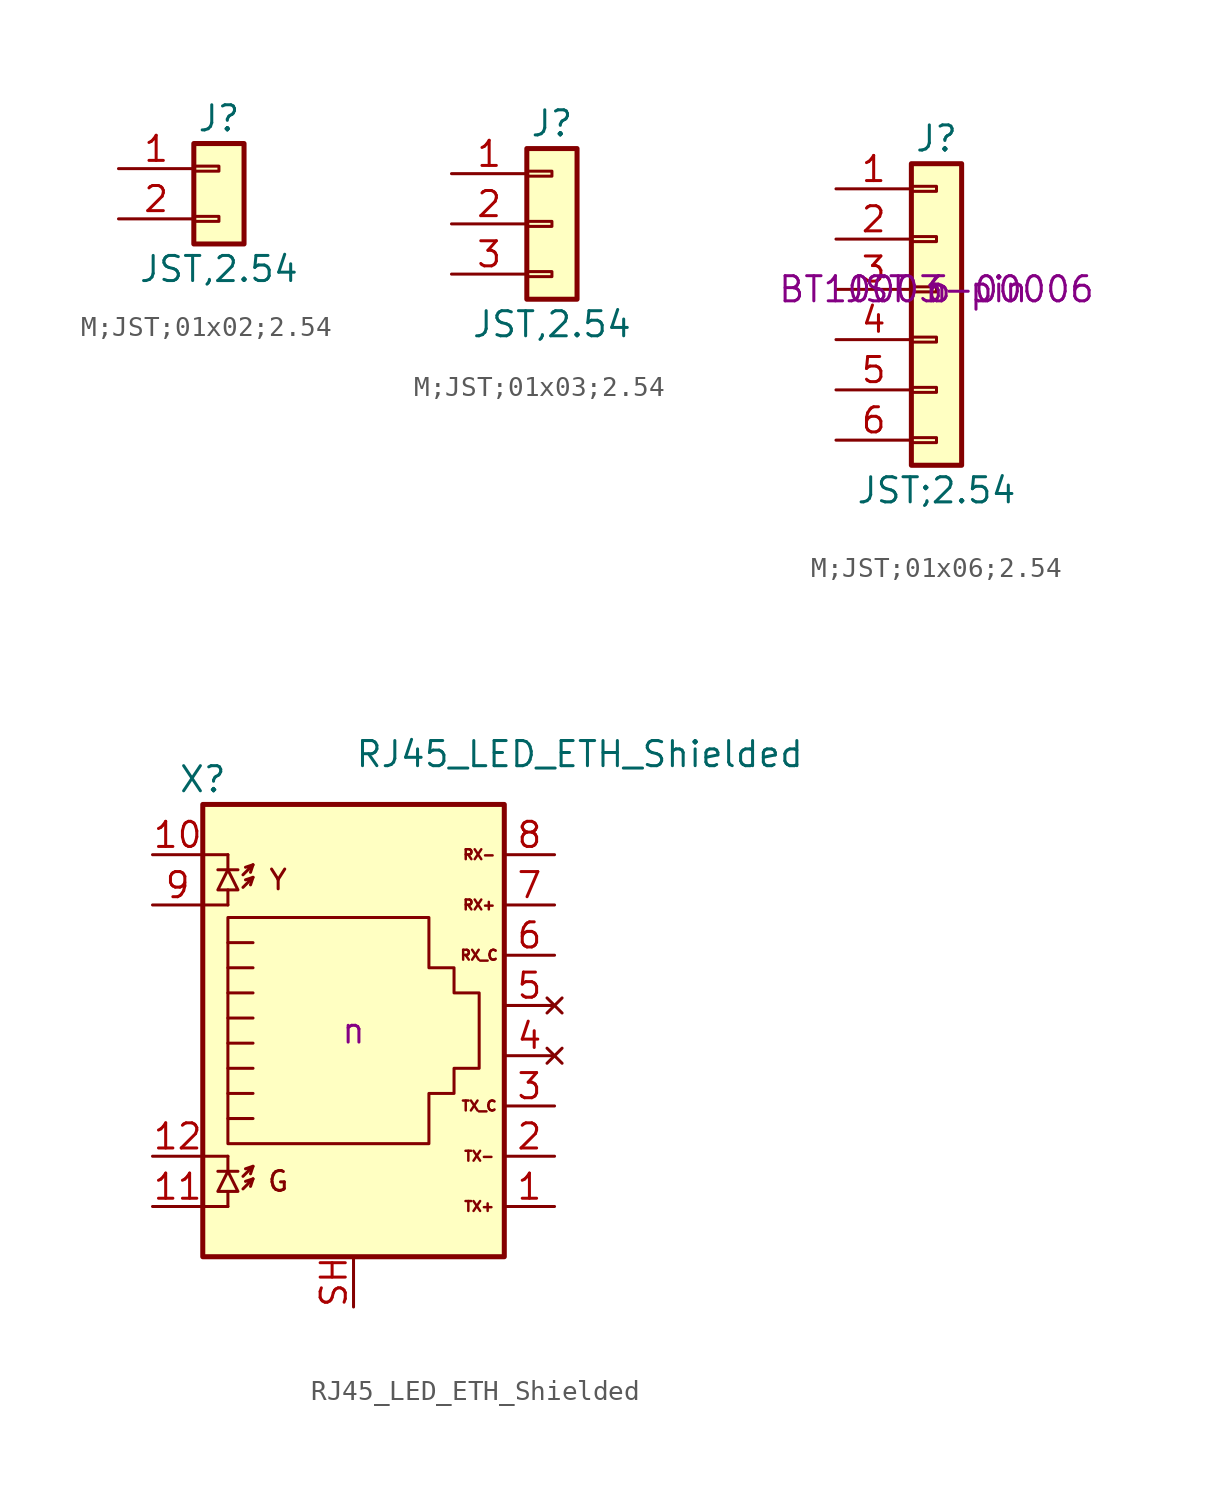
<source format=kicad_sym>
(kicad_symbol_lib
  (version 20231120)
  (generator "kicad_symbol_editor")
  (generator_version "8.0")
  (symbol "M;JST;01x02;2.54"
    (pin_names
      (offset 1.016) hide)
    (property "Reference" "J"
      (at 0 2.54 0)
      (effects (font (size 1.27 1.27))))
    (property "Value" "JST,2.54"
      (at 0 -5.08 0)
      (effects (font (size 1.27 1.27))))
    (symbol "M;JST;01x02;2.54_1_1"
      (rectangle (start -1.27 -2.413) (end 0 -2.667) (stroke (width 0.152) (type default)) (fill (type none)))
      (rectangle (start -1.27 0.127) (end 0 -0.127) (stroke (width 0.152) (type default)) (fill (type none)))
      (rectangle (start -1.27 1.27) (end 1.27 -3.81) (stroke (width 0.254) (type default)) (fill (type background)))
      (pin passive line (at -5.08 0 0) (length 3.81) (name "Pin_1" (effects (font (size 1.27 1.27)))) (number "1" (effects (font (size 1.27 1.27)))))
      (pin passive line (at -5.08 -2.54 0) (length 3.81) (name "Pin_2" (effects (font (size 1.27 1.27)))) (number "2" (effects (font (size 1.27 1.27)))))))
  (symbol "M;JST;01x03;2.54"
    (pin_names
      (offset 1.016) hide)
    (property "Reference" "J"
      (at 0 5.08 0)
      (effects (font (size 1.27 1.27))))
    (property "Value" "JST,2.54"
      (at 0 -5.08 0)
      (effects (font (size 1.27 1.27))))
    (symbol "M;JST;01x03;2.54_1_1"
      (rectangle (start -1.27 -2.413) (end 0 -2.667) (stroke (width 0.152) (type default)) (fill (type none)))
      (rectangle (start -1.27 0.127) (end 0 -0.127) (stroke (width 0.152) (type default)) (fill (type none)))
      (rectangle (start -1.27 2.667) (end 0 2.413) (stroke (width 0.152) (type default)) (fill (type none)))
      (rectangle (start -1.27 3.81) (end 1.27 -3.81) (stroke (width 0.254) (type default)) (fill (type background)))
      (pin passive line (at -5.08 2.54 0) (length 3.81) (name "Pin_1" (effects (font (size 1.27 1.27)))) (number "1" (effects (font (size 1.27 1.27)))))
      (pin passive line (at -5.08 0 0) (length 3.81) (name "Pin_2" (effects (font (size 1.27 1.27)))) (number "2" (effects (font (size 1.27 1.27)))))
      (pin passive line (at -5.08 -2.54 0) (length 3.81) (name "Pin_3" (effects (font (size 1.27 1.27)))) (number "3" (effects (font (size 1.27 1.27)))))))
  (symbol "M;JST;01x06;2.54"
    (pin_names
      (offset 1.016) hide)
    (property "Reference" "J"
      (at 0 7.62 0)
      (effects (font (size 1.27 1.27))))
    (property "Value" "JST;2.54"
      (at 0 -10.16 0)
      (effects (font (size 1.27 1.27))))
    (property "CPN" "BT10003-00006"
      (at 0 0 0)
      (effects (font (size 1.27 1.27))))
    (property "MPN" "JST 6 pin"
      (at 0 0 0)
      (effects (font (size 1.27 1.27))))
    (property "SMT" "n"
      (at 0 0 0)
      (effects (font (size 1.27 1.27))))
    (symbol "M;JST;01x06;2.54_1_1"
      (rectangle (start -1.27 -7.493) (end 0 -7.747) (stroke (width 0.152) (type default)) (fill (type none)))
      (rectangle (start -1.27 -4.953) (end 0 -5.207) (stroke (width 0.152) (type default)) (fill (type none)))
      (rectangle (start -1.27 -2.413) (end 0 -2.667) (stroke (width 0.152) (type default)) (fill (type none)))
      (rectangle (start -1.27 0.127) (end 0 -0.127) (stroke (width 0.152) (type default)) (fill (type none)))
      (rectangle (start -1.27 2.667) (end 0 2.413) (stroke (width 0.152) (type default)) (fill (type none)))
      (rectangle (start -1.27 5.207) (end 0 4.953) (stroke (width 0.152) (type default)) (fill (type none)))
      (rectangle (start -1.27 6.35) (end 1.27 -8.89) (stroke (width 0.254) (type default)) (fill (type background)))
      (pin passive line (at -5.08 5.08 0) (length 3.81) (name "Pin_1" (effects (font (size 1.27 1.27)))) (number "1" (effects (font (size 1.27 1.27)))))
      (pin passive line (at -5.08 2.54 0) (length 3.81) (name "Pin_2" (effects (font (size 1.27 1.27)))) (number "2" (effects (font (size 1.27 1.27)))))
      (pin passive line (at -5.08 0 0) (length 3.81) (name "Pin_3" (effects (font (size 1.27 1.27)))) (number "3" (effects (font (size 1.27 1.27)))))
      (pin passive line (at -5.08 -2.54 0) (length 3.81) (name "Pin_4" (effects (font (size 1.27 1.27)))) (number "4" (effects (font (size 1.27 1.27)))))
      (pin passive line (at -5.08 -5.08 0) (length 3.81) (name "Pin_5" (effects (font (size 1.27 1.27)))) (number "5" (effects (font (size 1.27 1.27)))))
      (pin passive line (at -5.08 -7.62 0) (length 3.81) (name "Pin_6" (effects (font (size 1.27 1.27)))) (number "6" (effects (font (size 1.27 1.27)))))))
  (symbol "RJ45_LED_ETH_Shielded"
    (property "Reference" "X"
      (at -7.62 12.7 0)
      (effects (font (size 1.27 1.27))))
    (property "Value" "RJ45_LED_ETH_Shielded"
      (at 11.43 13.97 0)
      (effects (font (size 1.27 1.27))))
    (property "SMT" "n"
      (at 0 0 0)
      (effects (font (size 1.27 1.27))))
    (symbol "RJ45_LED_ETH_Shielded_0_0"
      (text "G" (at -3.81 -7.62 0) (effects (font (size 1 1))))
      (text "RX+" (at 6.35 6.35 0) (effects (font (size 0.5 0.5))))
      (text "RX-" (at 6.35 8.89 0) (effects (font (size 0.5 0.5))))
      (text "RX_C" (at 6.35 3.81 0) (effects (font (size 0.5 0.5))))
      (text "TX+" (at 6.35 -8.89 0) (effects (font (size 0.5 0.5))))
      (text "TX-" (at 6.35 -6.35 0) (effects (font (size 0.5 0.5))))
      (text "TX_C" (at 6.35 -3.81 0) (effects (font (size 0.5 0.5))))
      (text "Y" (at -3.81 7.62 0) (effects (font (size 1 1)))))
    (symbol "RJ45_LED_ETH_Shielded_0_1"
      (polyline (pts (xy -7.62 -8.89) (xy -6.35 -8.89)) (stroke (width 0) (type default)) (fill (type none)))
      (polyline (pts (xy -7.62 -6.35) (xy -6.35 -6.35)) (stroke (width 0) (type default)) (fill (type none)))
      (polyline (pts (xy -7.62 6.35) (xy -6.35 6.35)) (stroke (width 0) (type default)) (fill (type none)))
      (polyline (pts (xy -7.62 8.89) (xy -6.35 8.89)) (stroke (width 0) (type default)) (fill (type none)))
      (polyline (pts (xy -6.858 -7.112) (xy -5.842 -7.112)) (stroke (width 0) (type default)) (fill (type none)))
      (polyline (pts (xy -6.858 8.128) (xy -5.842 8.128)) (stroke (width 0) (type default)) (fill (type none)))
      (polyline (pts (xy -6.35 -8.89) (xy -6.35 -8.128)) (stroke (width 0) (type default)) (fill (type none)))
      (polyline (pts (xy -6.35 -6.35) (xy -6.35 -7.112)) (stroke (width 0) (type default)) (fill (type none)))
      (polyline (pts (xy -6.35 6.35) (xy -6.35 7.112)) (stroke (width 0) (type default)) (fill (type none)))
      (polyline (pts (xy -6.35 8.89) (xy -6.35 8.128)) (stroke (width 0) (type default)) (fill (type none)))
      (polyline (pts (xy -5.08 -7.493) (xy -5.207 -7.874)) (stroke (width 0) (type default)) (fill (type none)))
      (polyline (pts (xy -5.08 -6.858) (xy -5.207 -7.239)) (stroke (width 0) (type default)) (fill (type none)))
      (polyline (pts (xy -5.08 3.175) (xy -6.35 3.175)) (stroke (width 0) (type default)) (fill (type none)))
      (polyline (pts (xy -5.08 4.445) (xy -6.35 4.445)) (stroke (width 0) (type default)) (fill (type none)))
      (polyline (pts (xy -5.08 7.747) (xy -5.207 7.366)) (stroke (width 0) (type default)) (fill (type none)))
      (polyline (pts (xy -5.08 8.382) (xy -5.207 8.001)) (stroke (width 0) (type default)) (fill (type none)))
      (polyline (pts (xy -6.35 -4.445) (xy -5.08 -4.445) (xy -5.08 -4.445)) (stroke (width 0) (type default)) (fill (type none)))
      (polyline (pts (xy -6.35 -3.175) (xy -5.08 -3.175) (xy -5.08 -3.175)) (stroke (width 0) (type default)) (fill (type none)))
      (polyline (pts (xy -6.35 -1.905) (xy -5.08 -1.905) (xy -5.08 -1.905)) (stroke (width 0) (type default)) (fill (type none)))
      (polyline (pts (xy -6.35 -0.635) (xy -5.08 -0.635) (xy -5.08 -0.635)) (stroke (width 0) (type default)) (fill (type none)))
      (polyline (pts (xy -6.35 0.635) (xy -5.08 0.635) (xy -5.08 0.635)) (stroke (width 0) (type default)) (fill (type none)))
      (polyline (pts (xy -5.588 -8.001) (xy -5.08 -7.493) (xy -5.461 -7.62)) (stroke (width 0) (type default)) (fill (type none)))
      (polyline (pts (xy -5.588 -7.366) (xy -5.08 -6.858) (xy -5.461 -6.985)) (stroke (width 0) (type default)) (fill (type none)))
      (polyline (pts (xy -5.588 7.239) (xy -5.08 7.747) (xy -5.461 7.62)) (stroke (width 0) (type default)) (fill (type none)))
      (polyline (pts (xy -5.588 7.874) (xy -5.08 8.382) (xy -5.461 8.255)) (stroke (width 0) (type default)) (fill (type none)))
      (polyline (pts (xy -5.08 1.905) (xy -6.35 1.905) (xy -6.35 1.905)) (stroke (width 0) (type default)) (fill (type none)))
      (polyline (pts (xy -6.35 -7.112) (xy -6.858 -8.128) (xy -5.842 -8.128) (xy -6.35 -7.112)) (stroke (width 0) (type default)) (fill (type none)))
      (polyline (pts (xy -6.35 8.128) (xy -6.858 7.112) (xy -5.842 7.112) (xy -6.35 8.128)) (stroke (width 0) (type default)) (fill (type none)))
      (polyline (pts (xy -6.35 -5.715) (xy -6.35 5.715) (xy 3.81 5.715) (xy 3.81 3.175) (xy 5.08 3.175) (xy 5.08 1.905) (xy 6.35 1.905) (xy 6.35 -1.905) (xy 5.08 -1.905) (xy 5.08 -3.175) (xy 3.81 -3.175) (xy 3.81 -5.715) (xy -6.35 -5.715) (xy -6.35 -5.715)) (stroke (width 0) (type default)) (fill (type none)))
      (rectangle (start 7.62 11.43) (end -7.62 -11.43) (stroke (width 0.254) (type default)) (fill (type background))))
    (symbol "RJ45_LED_ETH_Shielded_1_1"
      (pin passive line (at 10.16 -8.89 180) (length 2.54) (name "~" (effects (font (size 1.27 1.27)))) (number "1" (effects (font (size 1.27 1.27)))))
      (pin passive line (at -10.16 8.89 0) (length 2.54) (name "~" (effects (font (size 1.27 1.27)))) (number "10" (effects (font (size 1.27 1.27)))))
      (pin passive line (at -10.16 -8.89 0) (length 2.54) (name "~" (effects (font (size 1.27 1.27)))) (number "11" (effects (font (size 1.27 1.27)))))
      (pin passive line (at -10.16 -6.35 0) (length 2.54) (name "~" (effects (font (size 1.27 1.27)))) (number "12" (effects (font (size 1.27 1.27)))))
      (pin passive line (at 10.16 -6.35 180) (length 2.54) (name "~" (effects (font (size 1.27 1.27)))) (number "2" (effects (font (size 1.27 1.27)))))
      (pin passive line (at 10.16 -3.81 180) (length 2.54) (name "~" (effects (font (size 1.27 1.27)))) (number "3" (effects (font (size 1.27 1.27)))))
      (pin no_connect line (at 10.16 -1.27 180) (length 2.54) (name "~" (effects (font (size 1.27 1.27)))) (number "4" (effects (font (size 1.27 1.27)))))
      (pin no_connect line (at 10.16 1.27 180) (length 2.54) (name "~" (effects (font (size 1.27 1.27)))) (number "5" (effects (font (size 1.27 1.27)))))
      (pin passive line (at 10.16 3.81 180) (length 2.54) (name "~" (effects (font (size 1.27 1.27)))) (number "6" (effects (font (size 1.27 1.27)))))
      (pin passive line (at 10.16 6.35 180) (length 2.54) (name "~" (effects (font (size 1.27 1.27)))) (number "7" (effects (font (size 1.27 1.27)))))
      (pin passive line (at 10.16 8.89 180) (length 2.54) (name "~" (effects (font (size 1.27 1.27)))) (number "8" (effects (font (size 1.27 1.27)))))
      (pin passive line (at -10.16 6.35 0) (length 2.54) (name "~" (effects (font (size 1.27 1.27)))) (number "9" (effects (font (size 1.27 1.27)))))
      (pin passive line (at 0 -13.97 90) (length 2.54) (name "~" (effects (font (size 1.27 1.27)))) (number "SH" (effects (font (size 1.27 1.27))))))))
</source>
